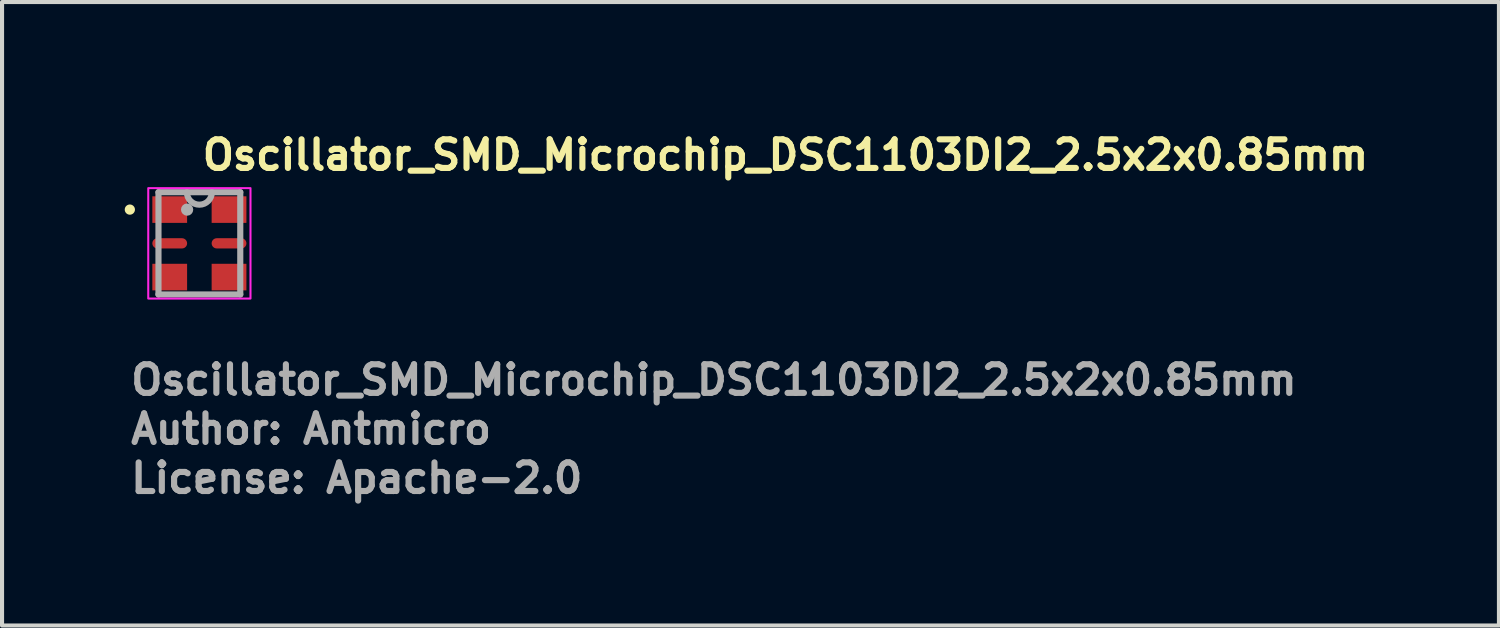
<source format=kicad_pcb>
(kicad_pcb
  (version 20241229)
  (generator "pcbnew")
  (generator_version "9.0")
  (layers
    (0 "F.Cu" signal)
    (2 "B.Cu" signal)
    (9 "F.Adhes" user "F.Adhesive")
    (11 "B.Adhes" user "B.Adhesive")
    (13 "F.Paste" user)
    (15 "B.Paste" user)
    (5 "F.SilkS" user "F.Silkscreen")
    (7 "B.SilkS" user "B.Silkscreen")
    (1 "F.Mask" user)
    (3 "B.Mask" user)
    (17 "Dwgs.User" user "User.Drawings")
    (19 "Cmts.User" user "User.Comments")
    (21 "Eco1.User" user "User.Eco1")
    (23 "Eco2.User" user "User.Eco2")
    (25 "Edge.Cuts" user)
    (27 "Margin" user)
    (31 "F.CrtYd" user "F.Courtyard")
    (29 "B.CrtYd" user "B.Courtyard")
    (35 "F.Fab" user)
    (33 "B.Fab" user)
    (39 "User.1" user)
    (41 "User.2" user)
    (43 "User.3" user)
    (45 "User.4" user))
  (footprint "Oscillator_SMD_Microchip_DSC1103DI2_2.5x2x0.85mm"
    (layer "F.Cu")
    (at 1.825 2.9)
    (property "Reference" "Oscillator_SMD_Microchip_DSC1103DI2_2.5x2x0.85mm" (at 0 -1.75 0) (unlocked yes) (layer "F.SilkS") (effects (font (size 0.7 0.7) (thickness 0.15)) (justify left bottom)))
    (attr smd)
    (fp_circle (center -1.7 -0.825) (end -1.65 -0.825) (stroke (width 0.15) (type solid)) (fill yes) (layer "F.SilkS"))
    (fp_rect (start -1.25 -1.35) (end 1.25 1.35) (stroke (width 0.05) (type solid)) (fill no) (layer "F.CrtYd"))
    (fp_line (start -1 -1.25) (end -1 1.25) (stroke (width 0.15) (type solid)) (layer "F.Fab"))
    (fp_line (start -1 1.25) (end 1 1.25) (stroke (width 0.15) (type solid)) (layer "F.Fab"))
    (fp_line (start 1 -1.25) (end -1 -1.25) (stroke (width 0.15) (type solid)) (layer "F.Fab"))
    (fp_line (start 1 1.25) (end 1 -1.25) (stroke (width 0.15) (type solid)) (layer "F.Fab"))
    (fp_arc (start 0.305 -1.25) (mid 0 -0.945) (end -0.305 -1.25) (stroke (width 0.15) (type solid)) (layer "F.Fab"))
    (fp_circle (center -0.3 -0.825) (end -0.3 -0.825) (stroke (width 0.15) (type solid)) (fill no) (layer "F.Fab"))
    (fp_rect (start -1 -1.25) (end 1 1.25) (stroke (width 0.1) (type solid)) (fill no) (layer "User.5"))
    (fp_line (start -1 -1.25) (end -1 1.25) (stroke (width 0.02) (type solid)) (layer "User.9"))
    (fp_line (start -1 1.25) (end 1 1.25) (stroke (width 0.02) (type solid)) (layer "User.9"))
    (fp_line (start -0.837 -0.958) (end -0.836 -0.948) (stroke (width 0.02) (type solid)) (layer "User.9"))
    (fp_line (start -0.837 -0.958) (end -0.836 -0.948) (stroke (width 0.02) (type solid)) (layer "User.9"))
    (fp_line (start -0.836 -0.979) (end -0.836 -0.969) (stroke (width 0.02) (type solid)) (layer "User.9"))
    (fp_line (start -0.836 -0.979) (end -0.836 -0.969) (stroke (width 0.02) (type solid)) (layer "User.9"))
    (fp_line (start -0.836 -0.969) (end -0.837 -0.958) (stroke (width 0.02) (type solid)) (layer "User.9"))
    (fp_line (start -0.836 -0.969) (end -0.837 -0.958) (stroke (width 0.02) (type solid)) (layer "User.9"))
    (fp_line (start -0.836 -0.948) (end -0.836 -0.937) (stroke (width 0.02) (type solid)) (layer "User.9"))
    (fp_line (start -0.836 -0.948) (end -0.836 -0.937) (stroke (width 0.02) (type solid)) (layer "User.9"))
    (fp_line (start -0.836 -0.937) (end -0.834 -0.927) (stroke (width 0.02) (type solid)) (layer "User.9"))
    (fp_line (start -0.836 -0.937) (end -0.834 -0.927) (stroke (width 0.02) (type solid)) (layer "User.9"))
    (fp_line (start -0.834 -0.989) (end -0.836 -0.979) (stroke (width 0.02) (type solid)) (layer "User.9"))
    (fp_line (start -0.834 -0.989) (end -0.836 -0.979) (stroke (width 0.02) (type solid)) (layer "User.9"))
    (fp_line (start -0.834 -0.927) (end -0.832 -0.917) (stroke (width 0.02) (type solid)) (layer "User.9"))
    (fp_line (start -0.834 -0.927) (end -0.832 -0.917) (stroke (width 0.02) (type solid)) (layer "User.9"))
    (fp_line (start -0.832 -1) (end -0.834 -0.989) (stroke (width 0.02) (type solid)) (layer "User.9"))
    (fp_line (start -0.832 -1) (end -0.834 -0.989) (stroke (width 0.02) (type solid)) (layer "User.9"))
    (fp_line (start -0.832 -0.917) (end -0.83 -0.907) (stroke (width 0.02) (type solid)) (layer "User.9"))
    (fp_line (start -0.832 -0.917) (end -0.83 -0.907) (stroke (width 0.02) (type solid)) (layer "User.9"))
    (fp_line (start -0.83 -1.009) (end -0.832 -1) (stroke (width 0.02) (type solid)) (layer "User.9"))
    (fp_line (start -0.83 -1.009) (end -0.832 -1) (stroke (width 0.02) (type solid)) (layer "User.9"))
    (fp_line (start -0.83 -0.907) (end -0.827 -0.897) (stroke (width 0.02) (type solid)) (layer "User.9"))
    (fp_line (start -0.83 -0.907) (end -0.827 -0.897) (stroke (width 0.02) (type solid)) (layer "User.9"))
    (fp_line (start -0.827 -1.019) (end -0.83 -1.009) (stroke (width 0.02) (type solid)) (layer "User.9"))
    (fp_line (start -0.827 -1.019) (end -0.83 -1.009) (stroke (width 0.02) (type solid)) (layer "User.9"))
    (fp_line (start -0.827 -0.897) (end -0.824 -0.887) (stroke (width 0.02) (type solid)) (layer "User.9"))
    (fp_line (start -0.827 -0.897) (end -0.824 -0.887) (stroke (width 0.02) (type solid)) (layer "User.9"))
    (fp_line (start -0.824 -1.029) (end -0.827 -1.019) (stroke (width 0.02) (type solid)) (layer "User.9"))
    (fp_line (start -0.824 -1.029) (end -0.827 -1.019) (stroke (width 0.02) (type solid)) (layer "User.9"))
    (fp_line (start -0.824 -0.887) (end -0.82 -0.878) (stroke (width 0.02) (type solid)) (layer "User.9"))
    (fp_line (start -0.824 -0.887) (end -0.82 -0.878) (stroke (width 0.02) (type solid)) (layer "User.9"))
    (fp_line (start -0.82 -1.038) (end -0.824 -1.029) (stroke (width 0.02) (type solid)) (layer "User.9"))
    (fp_line (start -0.82 -1.038) (end -0.824 -1.029) (stroke (width 0.02) (type solid)) (layer "User.9"))
    (fp_line (start -0.82 -0.878) (end -0.816 -0.869) (stroke (width 0.02) (type solid)) (layer "User.9"))
    (fp_line (start -0.82 -0.878) (end -0.816 -0.869) (stroke (width 0.02) (type solid)) (layer "User.9"))
    (fp_line (start -0.816 -1.047) (end -0.82 -1.038) (stroke (width 0.02) (type solid)) (layer "User.9"))
    (fp_line (start -0.816 -1.047) (end -0.82 -1.038) (stroke (width 0.02) (type solid)) (layer "User.9"))
    (fp_line (start -0.816 -0.869) (end -0.812 -0.86) (stroke (width 0.02) (type solid)) (layer "User.9"))
    (fp_line (start -0.816 -0.869) (end -0.812 -0.86) (stroke (width 0.02) (type solid)) (layer "User.9"))
    (fp_line (start -0.812 -1.056) (end -0.816 -1.047) (stroke (width 0.02) (type solid)) (layer "User.9"))
    (fp_line (start -0.812 -1.056) (end -0.816 -1.047) (stroke (width 0.02) (type solid)) (layer "User.9"))
    (fp_line (start -0.812 -0.86) (end -0.807 -0.852) (stroke (width 0.02) (type solid)) (layer "User.9"))
    (fp_line (start -0.812 -0.86) (end -0.807 -0.852) (stroke (width 0.02) (type solid)) (layer "User.9"))
    (fp_line (start -0.807 -1.065) (end -0.812 -1.056) (stroke (width 0.02) (type solid)) (layer "User.9"))
    (fp_line (start -0.807 -1.065) (end -0.812 -1.056) (stroke (width 0.02) (type solid)) (layer "User.9"))
    (fp_line (start -0.807 -0.852) (end -0.801 -0.843) (stroke (width 0.02) (type solid)) (layer "User.9"))
    (fp_line (start -0.807 -0.852) (end -0.801 -0.843) (stroke (width 0.02) (type solid)) (layer "User.9"))
    (fp_line (start -0.801 -1.073) (end -0.807 -1.065) (stroke (width 0.02) (type solid)) (layer "User.9"))
    (fp_line (start -0.801 -1.073) (end -0.807 -1.065) (stroke (width 0.02) (type solid)) (layer "User.9"))
    (fp_line (start -0.801 -0.843) (end -0.796 -0.835) (stroke (width 0.02) (type solid)) (layer "User.9"))
    (fp_line (start -0.801 -0.843) (end -0.796 -0.835) (stroke (width 0.02) (type solid)) (layer "User.9"))
    (fp_line (start -0.796 -1.081) (end -0.801 -1.073) (stroke (width 0.02) (type solid)) (layer "User.9"))
    (fp_line (start -0.796 -1.081) (end -0.801 -1.073) (stroke (width 0.02) (type solid)) (layer "User.9"))
    (fp_line (start -0.796 -0.835) (end -0.79 -0.827) (stroke (width 0.02) (type solid)) (layer "User.9"))
    (fp_line (start -0.796 -0.835) (end -0.79 -0.827) (stroke (width 0.02) (type solid)) (layer "User.9"))
    (fp_line (start -0.79 -1.089) (end -0.796 -1.081) (stroke (width 0.02) (type solid)) (layer "User.9"))
    (fp_line (start -0.79 -1.089) (end -0.796 -1.081) (stroke (width 0.02) (type solid)) (layer "User.9"))
    (fp_line (start -0.79 -0.827) (end -0.783 -0.82) (stroke (width 0.02) (type solid)) (layer "User.9"))
    (fp_line (start -0.79 -0.827) (end -0.783 -0.82) (stroke (width 0.02) (type solid)) (layer "User.9"))
    (fp_line (start -0.783 -1.096) (end -0.79 -1.089) (stroke (width 0.02) (type solid)) (layer "User.9"))
    (fp_line (start -0.783 -1.096) (end -0.79 -1.089) (stroke (width 0.02) (type solid)) (layer "User.9"))
    (fp_line (start -0.783 -0.82) (end -0.776 -0.813) (stroke (width 0.02) (type solid)) (layer "User.9"))
    (fp_line (start -0.783 -0.82) (end -0.776 -0.813) (stroke (width 0.02) (type solid)) (layer "User.9"))
    (fp_line (start -0.776 -1.103) (end -0.783 -1.096) (stroke (width 0.02) (type solid)) (layer "User.9"))
    (fp_line (start -0.776 -1.103) (end -0.783 -1.096) (stroke (width 0.02) (type solid)) (layer "User.9"))
    (fp_line (start -0.776 -0.813) (end -0.769 -0.806) (stroke (width 0.02) (type solid)) (layer "User.9"))
    (fp_line (start -0.776 -0.813) (end -0.769 -0.806) (stroke (width 0.02) (type solid)) (layer "User.9"))
    (fp_line (start -0.769 -1.11) (end -0.776 -1.103) (stroke (width 0.02) (type solid)) (layer "User.9"))
    (fp_line (start -0.769 -1.11) (end -0.776 -1.103) (stroke (width 0.02) (type solid)) (layer "User.9"))
    (fp_line (start -0.769 -0.806) (end -0.762 -0.8) (stroke (width 0.02) (type solid)) (layer "User.9"))
    (fp_line (start -0.769 -0.806) (end -0.762 -0.8) (stroke (width 0.02) (type solid)) (layer "User.9"))
    (fp_line (start -0.762 -1.117) (end -0.769 -1.11) (stroke (width 0.02) (type solid)) (layer "User.9"))
    (fp_line (start -0.762 -1.117) (end -0.769 -1.11) (stroke (width 0.02) (type solid)) (layer "User.9"))
    (fp_line (start -0.762 -0.8) (end -0.754 -0.793) (stroke (width 0.02) (type solid)) (layer "User.9"))
    (fp_line (start -0.762 -0.8) (end -0.754 -0.793) (stroke (width 0.02) (type solid)) (layer "User.9"))
    (fp_line (start -0.754 -1.123) (end -0.762 -1.117) (stroke (width 0.02) (type solid)) (layer "User.9"))
    (fp_line (start -0.754 -1.123) (end -0.762 -1.117) (stroke (width 0.02) (type solid)) (layer "User.9"))
    (fp_line (start -0.754 -0.793) (end -0.746 -0.788) (stroke (width 0.02) (type solid)) (layer "User.9"))
    (fp_line (start -0.754 -0.793) (end -0.746 -0.788) (stroke (width 0.02) (type solid)) (layer "User.9"))
    (fp_line (start -0.746 -1.128) (end -0.754 -1.123) (stroke (width 0.02) (type solid)) (layer "User.9"))
    (fp_line (start -0.746 -1.128) (end -0.754 -1.123) (stroke (width 0.02) (type solid)) (layer "User.9"))
    (fp_line (start -0.746 -0.788) (end -0.737 -0.782) (stroke (width 0.02) (type solid)) (layer "User.9"))
    (fp_line (start -0.746 -0.788) (end -0.737 -0.782) (stroke (width 0.02) (type solid)) (layer "User.9"))
    (fp_line (start -0.737 -1.134) (end -0.746 -1.128) (stroke (width 0.02) (type solid)) (layer "User.9"))
    (fp_line (start -0.737 -1.134) (end -0.746 -1.128) (stroke (width 0.02) (type solid)) (layer "User.9"))
    (fp_line (start -0.737 -0.782) (end -0.729 -0.777) (stroke (width 0.02) (type solid)) (layer "User.9"))
    (fp_line (start -0.737 -0.782) (end -0.729 -0.777) (stroke (width 0.02) (type solid)) (layer "User.9"))
    (fp_line (start -0.729 -1.139) (end -0.737 -1.134) (stroke (width 0.02) (type solid)) (layer "User.9"))
    (fp_line (start -0.729 -1.139) (end -0.737 -1.134) (stroke (width 0.02) (type solid)) (layer "User.9"))
    (fp_line (start -0.729 -0.777) (end -0.72 -0.773) (stroke (width 0.02) (type solid)) (layer "User.9"))
    (fp_line (start -0.729 -0.777) (end -0.72 -0.773) (stroke (width 0.02) (type solid)) (layer "User.9"))
    (fp_line (start -0.72 -1.143) (end -0.729 -1.139) (stroke (width 0.02) (type solid)) (layer "User.9"))
    (fp_line (start -0.72 -1.143) (end -0.729 -1.139) (stroke (width 0.02) (type solid)) (layer "User.9"))
    (fp_line (start -0.72 -0.773) (end -0.711 -0.769) (stroke (width 0.02) (type solid)) (layer "User.9"))
    (fp_line (start -0.72 -0.773) (end -0.711 -0.769) (stroke (width 0.02) (type solid)) (layer "User.9"))
    (fp_line (start -0.711 -1.147) (end -0.72 -1.143) (stroke (width 0.02) (type solid)) (layer "User.9"))
    (fp_line (start -0.711 -1.147) (end -0.72 -1.143) (stroke (width 0.02) (type solid)) (layer "User.9"))
    (fp_line (start -0.711 -0.769) (end -0.702 -0.765) (stroke (width 0.02) (type solid)) (layer "User.9"))
    (fp_line (start -0.711 -0.769) (end -0.702 -0.765) (stroke (width 0.02) (type solid)) (layer "User.9"))
    (fp_line (start -0.702 -1.151) (end -0.711 -1.147) (stroke (width 0.02) (type solid)) (layer "User.9"))
    (fp_line (start -0.702 -1.151) (end -0.711 -1.147) (stroke (width 0.02) (type solid)) (layer "User.9"))
    (fp_line (start -0.702 -0.765) (end -0.692 -0.762) (stroke (width 0.02) (type solid)) (layer "User.9"))
    (fp_line (start -0.702 -0.765) (end -0.692 -0.762) (stroke (width 0.02) (type solid)) (layer "User.9"))
    (fp_line (start -0.692 -1.154) (end -0.702 -1.151) (stroke (width 0.02) (type solid)) (layer "User.9"))
    (fp_line (start -0.692 -1.154) (end -0.702 -1.151) (stroke (width 0.02) (type solid)) (layer "User.9"))
    (fp_line (start -0.692 -0.762) (end -0.682 -0.759) (stroke (width 0.02) (type solid)) (layer "User.9"))
    (fp_line (start -0.692 -0.762) (end -0.682 -0.759) (stroke (width 0.02) (type solid)) (layer "User.9"))
    (fp_line (start -0.682 -1.157) (end -0.692 -1.154) (stroke (width 0.02) (type solid)) (layer "User.9"))
    (fp_line (start -0.682 -1.157) (end -0.692 -1.154) (stroke (width 0.02) (type solid)) (layer "User.9"))
    (fp_line (start -0.682 -0.759) (end -0.672 -0.757) (stroke (width 0.02) (type solid)) (layer "User.9"))
    (fp_line (start -0.682 -0.759) (end -0.672 -0.757) (stroke (width 0.02) (type solid)) (layer "User.9"))
    (fp_line (start -0.672 -1.159) (end -0.682 -1.157) (stroke (width 0.02) (type solid)) (layer "User.9"))
    (fp_line (start -0.672 -1.159) (end -0.682 -1.157) (stroke (width 0.02) (type solid)) (layer "User.9"))
    (fp_line (start -0.672 -0.757) (end -0.662 -0.755) (stroke (width 0.02) (type solid)) (layer "User.9"))
    (fp_line (start -0.672 -0.757) (end -0.662 -0.755) (stroke (width 0.02) (type solid)) (layer "User.9"))
    (fp_line (start -0.662 -1.161) (end -0.672 -1.159) (stroke (width 0.02) (type solid)) (layer "User.9"))
    (fp_line (start -0.662 -1.161) (end -0.672 -1.159) (stroke (width 0.02) (type solid)) (layer "User.9"))
    (fp_line (start -0.662 -0.755) (end -0.652 -0.754) (stroke (width 0.02) (type solid)) (layer "User.9"))
    (fp_line (start -0.662 -0.755) (end -0.652 -0.754) (stroke (width 0.02) (type solid)) (layer "User.9"))
    (fp_line (start -0.652 -1.162) (end -0.662 -1.161) (stroke (width 0.02) (type solid)) (layer "User.9"))
    (fp_line (start -0.652 -1.162) (end -0.662 -1.161) (stroke (width 0.02) (type solid)) (layer "User.9"))
    (fp_line (start -0.652 -0.754) (end -0.641 -0.753) (stroke (width 0.02) (type solid)) (layer "User.9"))
    (fp_line (start -0.652 -0.754) (end -0.641 -0.753) (stroke (width 0.02) (type solid)) (layer "User.9"))
    (fp_line (start -0.641 -1.163) (end -0.652 -1.162) (stroke (width 0.02) (type solid)) (layer "User.9"))
    (fp_line (start -0.641 -1.163) (end -0.652 -1.162) (stroke (width 0.02) (type solid)) (layer "User.9"))
    (fp_line (start -0.641 -0.753) (end -0.631 -0.753) (stroke (width 0.02) (type solid)) (layer "User.9"))
    (fp_line (start -0.641 -0.753) (end -0.631 -0.753) (stroke (width 0.02) (type solid)) (layer "User.9"))
    (fp_line (start -0.631 -1.164) (end -0.641 -1.163) (stroke (width 0.02) (type solid)) (layer "User.9"))
    (fp_line (start -0.631 -1.164) (end -0.641 -1.163) (stroke (width 0.02) (type solid)) (layer "User.9"))
    (fp_line (start -0.631 -0.753) (end -0.62 -0.753) (stroke (width 0.02) (type solid)) (layer "User.9"))
    (fp_line (start -0.631 -0.753) (end -0.62 -0.753) (stroke (width 0.02) (type solid)) (layer "User.9"))
    (fp_line (start -0.62 -1.163) (end -0.631 -1.164) (stroke (width 0.02) (type solid)) (layer "User.9"))
    (fp_line (start -0.62 -1.163) (end -0.631 -1.164) (stroke (width 0.02) (type solid)) (layer "User.9"))
    (fp_line (start -0.62 -0.753) (end -0.61 -0.754) (stroke (width 0.02) (type solid)) (layer "User.9"))
    (fp_line (start -0.62 -0.753) (end -0.61 -0.754) (stroke (width 0.02) (type solid)) (layer "User.9"))
    (fp_line (start -0.61 -1.162) (end -0.62 -1.163) (stroke (width 0.02) (type solid)) (layer "User.9"))
    (fp_line (start -0.61 -1.162) (end -0.62 -1.163) (stroke (width 0.02) (type solid)) (layer "User.9"))
    (fp_line (start -0.61 -0.754) (end -0.6 -0.755) (stroke (width 0.02) (type solid)) (layer "User.9"))
    (fp_line (start -0.61 -0.754) (end -0.6 -0.755) (stroke (width 0.02) (type solid)) (layer "User.9"))
    (fp_line (start -0.6 -1.161) (end -0.61 -1.162) (stroke (width 0.02) (type solid)) (layer "User.9"))
    (fp_line (start -0.6 -1.161) (end -0.61 -1.162) (stroke (width 0.02) (type solid)) (layer "User.9"))
    (fp_line (start -0.6 -0.755) (end -0.589 -0.757) (stroke (width 0.02) (type solid)) (layer "User.9"))
    (fp_line (start -0.6 -0.755) (end -0.589 -0.757) (stroke (width 0.02) (type solid)) (layer "User.9"))
    (fp_line (start -0.589 -1.159) (end -0.6 -1.161) (stroke (width 0.02) (type solid)) (layer "User.9"))
    (fp_line (start -0.589 -1.159) (end -0.6 -1.161) (stroke (width 0.02) (type solid)) (layer "User.9"))
    (fp_line (start -0.589 -0.757) (end -0.579 -0.759) (stroke (width 0.02) (type solid)) (layer "User.9"))
    (fp_line (start -0.589 -0.757) (end -0.579 -0.759) (stroke (width 0.02) (type solid)) (layer "User.9"))
    (fp_line (start -0.579 -1.157) (end -0.589 -1.159) (stroke (width 0.02) (type solid)) (layer "User.9"))
    (fp_line (start -0.579 -1.157) (end -0.589 -1.159) (stroke (width 0.02) (type solid)) (layer "User.9"))
    (fp_line (start -0.579 -0.759) (end -0.57 -0.762) (stroke (width 0.02) (type solid)) (layer "User.9"))
    (fp_line (start -0.579 -0.759) (end -0.57 -0.762) (stroke (width 0.02) (type solid)) (layer "User.9"))
    (fp_line (start -0.57 -1.154) (end -0.579 -1.157) (stroke (width 0.02) (type solid)) (layer "User.9"))
    (fp_line (start -0.57 -1.154) (end -0.579 -1.157) (stroke (width 0.02) (type solid)) (layer "User.9"))
    (fp_line (start -0.57 -0.762) (end -0.56 -0.765) (stroke (width 0.02) (type solid)) (layer "User.9"))
    (fp_line (start -0.57 -0.762) (end -0.56 -0.765) (stroke (width 0.02) (type solid)) (layer "User.9"))
    (fp_line (start -0.56 -1.151) (end -0.57 -1.154) (stroke (width 0.02) (type solid)) (layer "User.9"))
    (fp_line (start -0.56 -1.151) (end -0.57 -1.154) (stroke (width 0.02) (type solid)) (layer "User.9"))
    (fp_line (start -0.56 -0.765) (end -0.551 -0.769) (stroke (width 0.02) (type solid)) (layer "User.9"))
    (fp_line (start -0.56 -0.765) (end -0.551 -0.769) (stroke (width 0.02) (type solid)) (layer "User.9"))
    (fp_line (start -0.551 -1.147) (end -0.56 -1.151) (stroke (width 0.02) (type solid)) (layer "User.9"))
    (fp_line (start -0.551 -1.147) (end -0.56 -1.151) (stroke (width 0.02) (type solid)) (layer "User.9"))
    (fp_line (start -0.551 -0.769) (end -0.542 -0.773) (stroke (width 0.02) (type solid)) (layer "User.9"))
    (fp_line (start -0.551 -0.769) (end -0.542 -0.773) (stroke (width 0.02) (type solid)) (layer "User.9"))
    (fp_line (start -0.542 -1.143) (end -0.551 -1.147) (stroke (width 0.02) (type solid)) (layer "User.9"))
    (fp_line (start -0.542 -1.143) (end -0.551 -1.147) (stroke (width 0.02) (type solid)) (layer "User.9"))
    (fp_line (start -0.542 -0.773) (end -0.533 -0.777) (stroke (width 0.02) (type solid)) (layer "User.9"))
    (fp_line (start -0.542 -0.773) (end -0.533 -0.777) (stroke (width 0.02) (type solid)) (layer "User.9"))
    (fp_line (start -0.533 -1.139) (end -0.542 -1.143) (stroke (width 0.02) (type solid)) (layer "User.9"))
    (fp_line (start -0.533 -1.139) (end -0.542 -1.143) (stroke (width 0.02) (type solid)) (layer "User.9"))
    (fp_line (start -0.533 -0.777) (end -0.524 -0.782) (stroke (width 0.02) (type solid)) (layer "User.9"))
    (fp_line (start -0.533 -0.777) (end -0.524 -0.782) (stroke (width 0.02) (type solid)) (layer "User.9"))
    (fp_line (start -0.524 -1.134) (end -0.533 -1.139) (stroke (width 0.02) (type solid)) (layer "User.9"))
    (fp_line (start -0.524 -1.134) (end -0.533 -1.139) (stroke (width 0.02) (type solid)) (layer "User.9"))
    (fp_line (start -0.524 -0.782) (end -0.516 -0.788) (stroke (width 0.02) (type solid)) (layer "User.9"))
    (fp_line (start -0.524 -0.782) (end -0.516 -0.788) (stroke (width 0.02) (type solid)) (layer "User.9"))
    (fp_line (start -0.516 -1.128) (end -0.524 -1.134) (stroke (width 0.02) (type solid)) (layer "User.9"))
    (fp_line (start -0.516 -1.128) (end -0.524 -1.134) (stroke (width 0.02) (type solid)) (layer "User.9"))
    (fp_line (start -0.516 -0.788) (end -0.508 -0.793) (stroke (width 0.02) (type solid)) (layer "User.9"))
    (fp_line (start -0.516 -0.788) (end -0.508 -0.793) (stroke (width 0.02) (type solid)) (layer "User.9"))
    (fp_line (start -0.508 -1.123) (end -0.516 -1.128) (stroke (width 0.02) (type solid)) (layer "User.9"))
    (fp_line (start -0.508 -1.123) (end -0.516 -1.128) (stroke (width 0.02) (type solid)) (layer "User.9"))
    (fp_line (start -0.508 -0.793) (end -0.5 -0.8) (stroke (width 0.02) (type solid)) (layer "User.9"))
    (fp_line (start -0.508 -0.793) (end -0.5 -0.8) (stroke (width 0.02) (type solid)) (layer "User.9"))
    (fp_line (start -0.5 -1.117) (end -0.508 -1.123) (stroke (width 0.02) (type solid)) (layer "User.9"))
    (fp_line (start -0.5 -1.117) (end -0.508 -1.123) (stroke (width 0.02) (type solid)) (layer "User.9"))
    (fp_line (start -0.5 -0.8) (end -0.493 -0.806) (stroke (width 0.02) (type solid)) (layer "User.9"))
    (fp_line (start -0.5 -0.8) (end -0.493 -0.806) (stroke (width 0.02) (type solid)) (layer "User.9"))
    (fp_line (start -0.493 -1.11) (end -0.5 -1.117) (stroke (width 0.02) (type solid)) (layer "User.9"))
    (fp_line (start -0.493 -1.11) (end -0.5 -1.117) (stroke (width 0.02) (type solid)) (layer "User.9"))
    (fp_line (start -0.493 -0.806) (end -0.485 -0.813) (stroke (width 0.02) (type solid)) (layer "User.9"))
    (fp_line (start -0.493 -0.806) (end -0.485 -0.813) (stroke (width 0.02) (type solid)) (layer "User.9"))
    (fp_line (start -0.485 -1.103) (end -0.493 -1.11) (stroke (width 0.02) (type solid)) (layer "User.9"))
    (fp_line (start -0.485 -1.103) (end -0.493 -1.11) (stroke (width 0.02) (type solid)) (layer "User.9"))
    (fp_line (start -0.485 -0.813) (end -0.479 -0.82) (stroke (width 0.02) (type solid)) (layer "User.9"))
    (fp_line (start -0.485 -0.813) (end -0.479 -0.82) (stroke (width 0.02) (type solid)) (layer "User.9"))
    (fp_line (start -0.479 -1.096) (end -0.485 -1.103) (stroke (width 0.02) (type solid)) (layer "User.9"))
    (fp_line (start -0.479 -1.096) (end -0.485 -1.103) (stroke (width 0.02) (type solid)) (layer "User.9"))
    (fp_line (start -0.479 -0.82) (end -0.472 -0.827) (stroke (width 0.02) (type solid)) (layer "User.9"))
    (fp_line (start -0.479 -0.82) (end -0.472 -0.827) (stroke (width 0.02) (type solid)) (layer "User.9"))
    (fp_line (start -0.472 -1.089) (end -0.479 -1.096) (stroke (width 0.02) (type solid)) (layer "User.9"))
    (fp_line (start -0.472 -1.089) (end -0.479 -1.096) (stroke (width 0.02) (type solid)) (layer "User.9"))
    (fp_line (start -0.472 -0.827) (end -0.466 -0.835) (stroke (width 0.02) (type solid)) (layer "User.9"))
    (fp_line (start -0.472 -0.827) (end -0.466 -0.835) (stroke (width 0.02) (type solid)) (layer "User.9"))
    (fp_line (start -0.466 -1.081) (end -0.472 -1.089) (stroke (width 0.02) (type solid)) (layer "User.9"))
    (fp_line (start -0.466 -1.081) (end -0.472 -1.089) (stroke (width 0.02) (type solid)) (layer "User.9"))
    (fp_line (start -0.466 -0.835) (end -0.46 -0.843) (stroke (width 0.02) (type solid)) (layer "User.9"))
    (fp_line (start -0.466 -0.835) (end -0.46 -0.843) (stroke (width 0.02) (type solid)) (layer "User.9"))
    (fp_line (start -0.46 -1.073) (end -0.466 -1.081) (stroke (width 0.02) (type solid)) (layer "User.9"))
    (fp_line (start -0.46 -1.073) (end -0.466 -1.081) (stroke (width 0.02) (type solid)) (layer "User.9"))
    (fp_line (start -0.46 -0.843) (end -0.455 -0.852) (stroke (width 0.02) (type solid)) (layer "User.9"))
    (fp_line (start -0.46 -0.843) (end -0.455 -0.852) (stroke (width 0.02) (type solid)) (layer "User.9"))
    (fp_line (start -0.455 -1.065) (end -0.46 -1.073) (stroke (width 0.02) (type solid)) (layer "User.9"))
    (fp_line (start -0.455 -1.065) (end -0.46 -1.073) (stroke (width 0.02) (type solid)) (layer "User.9"))
    (fp_line (start -0.455 -0.852) (end -0.45 -0.86) (stroke (width 0.02) (type solid)) (layer "User.9"))
    (fp_line (start -0.455 -0.852) (end -0.45 -0.86) (stroke (width 0.02) (type solid)) (layer "User.9"))
    (fp_line (start -0.45 -1.056) (end -0.455 -1.065) (stroke (width 0.02) (type solid)) (layer "User.9"))
    (fp_line (start -0.45 -1.056) (end -0.455 -1.065) (stroke (width 0.02) (type solid)) (layer "User.9"))
    (fp_line (start -0.45 -0.86) (end -0.445 -0.869) (stroke (width 0.02) (type solid)) (layer "User.9"))
    (fp_line (start -0.45 -0.86) (end -0.445 -0.869) (stroke (width 0.02) (type solid)) (layer "User.9"))
    (fp_line (start -0.445 -1.047) (end -0.45 -1.056) (stroke (width 0.02) (type solid)) (layer "User.9"))
    (fp_line (start -0.445 -1.047) (end -0.45 -1.056) (stroke (width 0.02) (type solid)) (layer "User.9"))
    (fp_line (start -0.445 -0.869) (end -0.441 -0.878) (stroke (width 0.02) (type solid)) (layer "User.9"))
    (fp_line (start -0.445 -0.869) (end -0.441 -0.878) (stroke (width 0.02) (type solid)) (layer "User.9"))
    (fp_line (start -0.441 -1.038) (end -0.445 -1.047) (stroke (width 0.02) (type solid)) (layer "User.9"))
    (fp_line (start -0.441 -1.038) (end -0.445 -1.047) (stroke (width 0.02) (type solid)) (layer "User.9"))
    (fp_line (start -0.441 -0.878) (end -0.438 -0.887) (stroke (width 0.02) (type solid)) (layer "User.9"))
    (fp_line (start -0.441 -0.878) (end -0.438 -0.887) (stroke (width 0.02) (type solid)) (layer "User.9"))
    (fp_line (start -0.438 -1.029) (end -0.441 -1.038) (stroke (width 0.02) (type solid)) (layer "User.9"))
    (fp_line (start -0.438 -1.029) (end -0.441 -1.038) (stroke (width 0.02) (type solid)) (layer "User.9"))
    (fp_line (start -0.438 -0.887) (end -0.434 -0.897) (stroke (width 0.02) (type solid)) (layer "User.9"))
    (fp_line (start -0.438 -0.887) (end -0.434 -0.897) (stroke (width 0.02) (type solid)) (layer "User.9"))
    (fp_line (start -0.434 -1.019) (end -0.438 -1.029) (stroke (width 0.02) (type solid)) (layer "User.9"))
    (fp_line (start -0.434 -1.019) (end -0.438 -1.029) (stroke (width 0.02) (type solid)) (layer "User.9"))
    (fp_line (start -0.434 -0.897) (end -0.432 -0.907) (stroke (width 0.02) (type solid)) (layer "User.9"))
    (fp_line (start -0.434 -0.897) (end -0.432 -0.907) (stroke (width 0.02) (type solid)) (layer "User.9"))
    (fp_line (start -0.432 -1.009) (end -0.434 -1.019) (stroke (width 0.02) (type solid)) (layer "User.9"))
    (fp_line (start -0.432 -1.009) (end -0.434 -1.019) (stroke (width 0.02) (type solid)) (layer "User.9"))
    (fp_line (start -0.432 -0.907) (end -0.429 -0.917) (stroke (width 0.02) (type solid)) (layer "User.9"))
    (fp_line (start -0.432 -0.907) (end -0.429 -0.917) (stroke (width 0.02) (type solid)) (layer "User.9"))
    (fp_line (start -0.429 -1) (end -0.432 -1.009) (stroke (width 0.02) (type solid)) (layer "User.9"))
    (fp_line (start -0.429 -1) (end -0.432 -1.009) (stroke (width 0.02) (type solid)) (layer "User.9"))
    (fp_line (start -0.429 -0.917) (end -0.427 -0.927) (stroke (width 0.02) (type solid)) (layer "User.9"))
    (fp_line (start -0.429 -0.917) (end -0.427 -0.927) (stroke (width 0.02) (type solid)) (layer "User.9"))
    (fp_line (start -0.427 -0.989) (end -0.429 -1) (stroke (width 0.02) (type solid)) (layer "User.9"))
    (fp_line (start -0.427 -0.989) (end -0.429 -1) (stroke (width 0.02) (type solid)) (layer "User.9"))
    (fp_line (start -0.427 -0.927) (end -0.426 -0.937) (stroke (width 0.02) (type solid)) (layer "User.9"))
    (fp_line (start -0.427 -0.927) (end -0.426 -0.937) (stroke (width 0.02) (type solid)) (layer "User.9"))
    (fp_line (start -0.426 -0.979) (end -0.427 -0.989) (stroke (width 0.02) (type solid)) (layer "User.9"))
    (fp_line (start -0.426 -0.979) (end -0.427 -0.989) (stroke (width 0.02) (type solid)) (layer "User.9"))
    (fp_line (start -0.426 -0.937) (end -0.425 -0.948) (stroke (width 0.02) (type solid)) (layer "User.9"))
    (fp_line (start -0.426 -0.937) (end -0.425 -0.948) (stroke (width 0.02) (type solid)) (layer "User.9"))
    (fp_line (start -0.425 -0.969) (end -0.426 -0.979) (stroke (width 0.02) (type solid)) (layer "User.9"))
    (fp_line (start -0.425 -0.969) (end -0.426 -0.979) (stroke (width 0.02) (type solid)) (layer "User.9"))
    (fp_line (start -0.425 -0.958) (end -0.425 -0.969) (stroke (width 0.02) (type solid)) (layer "User.9"))
    (fp_line (start -0.425 -0.958) (end -0.425 -0.969) (stroke (width 0.02) (type solid)) (layer "User.9"))
    (fp_line (start -0.425 -0.948) (end -0.425 -0.958) (stroke (width 0.02) (type solid)) (layer "User.9"))
    (fp_line (start -0.425 -0.948) (end -0.425 -0.958) (stroke (width 0.02) (type solid)) (layer "User.9"))
    (fp_line (start 1 -1.25) (end -1 -1.25) (stroke (width 0.02) (type solid)) (layer "User.9"))
    (fp_line (start 1 1.25) (end 1 -1.25) (stroke (width 0.02) (type solid)) (layer "User.9"))
    (fp_text user "${REFERENCE}" (at -1.75 3.75 0) (unlocked yes) (layer "F.Fab") (effects (font (size 0.7 0.7) (thickness 0.15)) (justify left bottom)))
    (fp_text user "License: Apache-2.0" (at -1.75 6.15 0) (layer "F.Fab") (effects (font (size 0.7 0.7) (thickness 0.15)) (justify left bottom)))
    (fp_text user "Author: Antmicro" (at -1.75 4.95 0) (layer "F.Fab") (effects (font (size 0.7 0.7) (thickness 0.15)) (justify left bottom)))
    (pad "1" smd rect (at -0.725 -0.825) (size 0.85 0.65) (layers "F.Cu" "F.Mask" "F.Paste"))
    (pad "2" smd oval (at -0.725 0) (size 0.85 0.25) (layers "F.Cu" "F.Mask" "F.Paste"))
    (pad "3" smd rect (at -0.725 0.825) (size 0.85 0.65) (layers "F.Cu" "F.Mask" "F.Paste"))
    (pad "4" smd rect (at 0.725 0.825) (size 0.85 0.65) (layers "F.Cu" "F.Mask" "F.Paste"))
    (pad "5" smd oval (at 0.725 0) (size 0.85 0.25) (layers "F.Cu" "F.Mask" "F.Paste"))
    (pad "6" smd rect (at 0.725 -0.825) (size 0.85 0.65) (layers "F.Cu" "F.Mask" "F.Paste")))
  (gr_rect
    (start -3 -3)
    (end 33.602 12.245)
    (stroke (width 0.1) (type default))
    (fill no)
    (layer "Edge.Cuts")))
</source>
